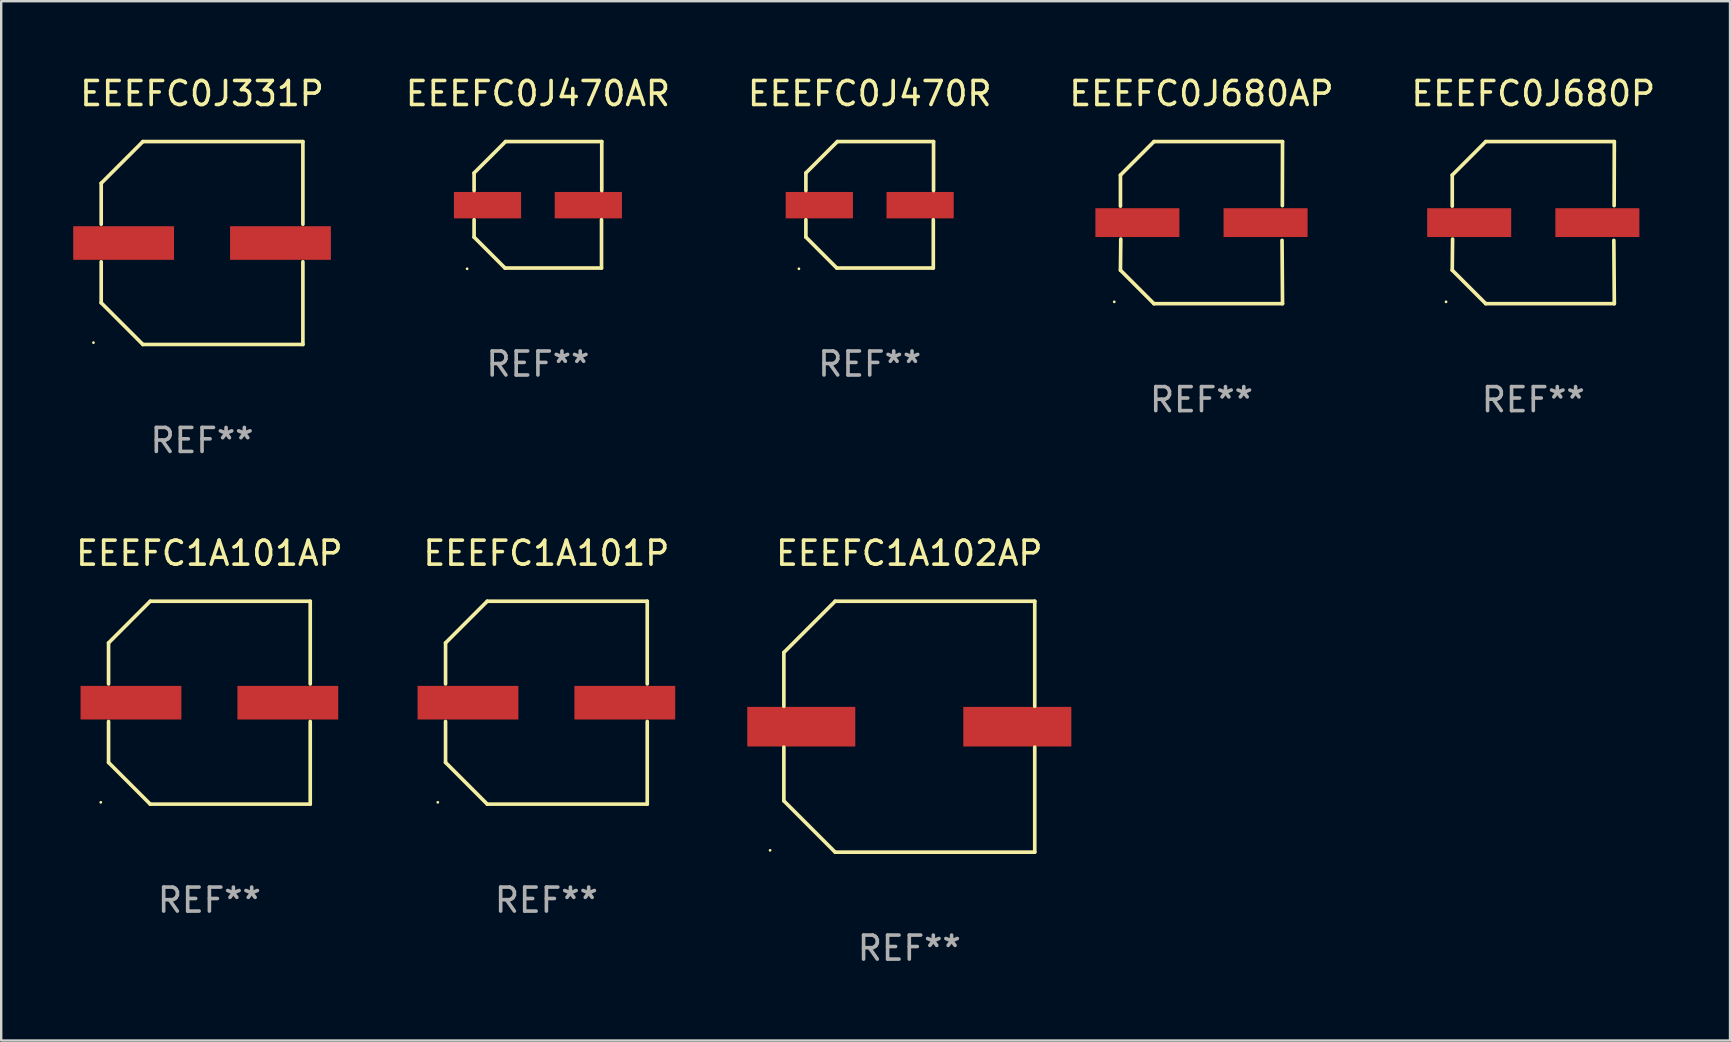
<source format=kicad_pcb>
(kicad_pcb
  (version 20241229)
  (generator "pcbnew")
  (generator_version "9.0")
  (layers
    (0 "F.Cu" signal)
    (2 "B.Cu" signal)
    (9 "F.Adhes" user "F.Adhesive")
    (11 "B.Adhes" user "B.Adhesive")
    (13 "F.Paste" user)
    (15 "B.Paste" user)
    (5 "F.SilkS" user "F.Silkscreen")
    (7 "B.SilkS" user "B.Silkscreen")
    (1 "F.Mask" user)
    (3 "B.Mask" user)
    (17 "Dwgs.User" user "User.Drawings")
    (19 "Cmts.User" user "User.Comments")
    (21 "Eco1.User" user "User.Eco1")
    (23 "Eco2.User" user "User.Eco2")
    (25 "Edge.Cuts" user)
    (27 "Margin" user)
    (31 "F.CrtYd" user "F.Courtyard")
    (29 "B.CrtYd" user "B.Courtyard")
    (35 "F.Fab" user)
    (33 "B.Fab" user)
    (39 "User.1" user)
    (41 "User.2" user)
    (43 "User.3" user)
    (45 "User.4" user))
  (footprint "EEEFC1A101P"
    (layer "F.Cu")
    (at 19.712 26.223)
    (property "Reference" "EEEFC1A101P" (at 0 -6.226 0) (layer "F.SilkS") (effects (font (size 1 1) (thickness 0.15))))
    (attr through_hole)
    (fp_line (start -4.201 -2.49) (end -4.201 -0.782) (stroke (width 0.152) (type solid)) (layer "F.SilkS"))
    (fp_line (start -4.201 2.49) (end -4.201 0.782) (stroke (width 0.152) (type solid)) (layer "F.SilkS"))
    (fp_line (start -2.465 -4.226) (end -4.201 -2.49) (stroke (width 0.152) (type solid)) (layer "F.SilkS"))
    (fp_line (start -2.465 4.226) (end -4.201 2.49) (stroke (width 0.152) (type solid)) (layer "F.SilkS"))
    (fp_line (start 4.201 -4.226) (end -2.465 -4.226) (stroke (width 0.152) (type solid)) (layer "F.SilkS"))
    (fp_line (start 4.201 -0.782) (end 4.201 -4.226) (stroke (width 0.152) (type solid)) (layer "F.SilkS"))
    (fp_line (start 4.201 0.782) (end 4.201 4.226) (stroke (width 0.152) (type solid)) (layer "F.SilkS"))
    (fp_line (start 4.201 4.226) (end -2.465 4.226) (stroke (width 0.152) (type solid)) (layer "F.SilkS"))
    (fp_circle (center -4.524 4.15) (end -4.494 4.15) (stroke (width 0.06) (type solid)) (fill no) (layer "F.SilkS"))
    (fp_text user "REF**" (at 0 8.226 0) (layer "F.Fab") (effects (font (size 1 1) (thickness 0.15))))
    (pad "1" smd rect (at -3.267 0) (size 4.2 1.4) (layers "F.Cu" "F.Mask" "F.Paste"))
    (pad "2" smd rect (at 3.267 0) (size 4.2 1.4) (layers "F.Cu" "F.Mask" "F.Paste")))
  (footprint "EEEFC0J680AP"
    (layer "F.Cu")
    (at 47.002 6.224)
    (property "Reference" "EEEFC0J680AP" (at 0 -5.376 0) (layer "F.SilkS") (effects (font (size 1 1) (thickness 0.15))))
    (attr through_hole)
    (fp_line (start -3.376 -1.98) (end -3.376 -0.686) (stroke (width 0.152) (type solid)) (layer "F.SilkS"))
    (fp_line (start -3.376 1.981) (end -3.362 0.686) (stroke (width 0.152) (type solid)) (layer "F.SilkS"))
    (fp_line (start -1.981 3.376) (end -3.376 1.981) (stroke (width 0.152) (type solid)) (layer "F.SilkS"))
    (fp_line (start -1.98 -3.376) (end -3.376 -1.98) (stroke (width 0.152) (type solid)) (layer "F.SilkS"))
    (fp_line (start 3.356 0.74) (end 3.376 3.376) (stroke (width 0.152) (type solid)) (layer "F.SilkS"))
    (fp_line (start 3.369 -0.707) (end 3.376 -3.376) (stroke (width 0.152) (type solid)) (layer "F.SilkS"))
    (fp_line (start 3.376 3.376) (end -1.981 3.376) (stroke (width 0.152) (type solid)) (layer "F.SilkS"))
    (fp_line (start 3.376 -3.376) (end -1.98 -3.376) (stroke (width 0.152) (type solid)) (layer "F.SilkS"))
    (fp_circle (center -3.634 3.3) (end -3.604 3.3) (stroke (width 0.06) (type solid)) (fill no) (layer "F.SilkS"))
    (fp_text user "REF**" (at 0 7.376 0) (layer "F.Fab") (effects (font (size 1 1) (thickness 0.15))))
    (pad "1" smd rect (at -2.67 0.000254) (size 3.5 1.2) (layers "F.Cu" "F.Mask" "F.Paste"))
    (pad "2" smd rect (at 2.67 0.000254) (size 3.5 1.2) (layers "F.Cu" "F.Mask" "F.Paste")))
  (footprint "EEEFC0J470R"
    (layer "F.Cu")
    (at 33.181 5.482)
    (property "Reference" "EEEFC0J470R" (at 0 -4.634 0) (layer "F.SilkS") (effects (font (size 1 1) (thickness 0.15))))
    (attr through_hole)
    (fp_line (start -2.659 -1.326) (end -2.659 -0.592) (stroke (width 0.152) (type solid)) (layer "F.SilkS"))
    (fp_line (start -2.659 1.346) (end -2.659 0.622) (stroke (width 0.152) (type solid)) (layer "F.SilkS"))
    (fp_line (start -1.372 2.634) (end -2.659 1.346) (stroke (width 0.152) (type solid)) (layer "F.SilkS"))
    (fp_line (start -1.349 -2.634) (end -2.659 -1.326) (stroke (width 0.152) (type solid)) (layer "F.SilkS"))
    (fp_line (start 2.649 0.622) (end 2.649 2.634) (stroke (width 0.152) (type solid)) (layer "F.SilkS"))
    (fp_line (start 2.649 2.634) (end -1.372 2.634) (stroke (width 0.152) (type solid)) (layer "F.SilkS"))
    (fp_line (start 2.659 -2.634) (end -1.349 -2.634) (stroke (width 0.152) (type solid)) (layer "F.SilkS"))
    (fp_line (start 2.659 -0.592) (end 2.659 -2.634) (stroke (width 0.152) (type solid)) (layer "F.SilkS"))
    (fp_circle (center -2.95 2.665) (end -2.92 2.665) (stroke (width 0.06) (type solid)) (fill no) (layer "F.SilkS"))
    (fp_text user "REF**" (at 0 6.634 0) (layer "F.Fab") (effects (font (size 1 1) (thickness 0.15))))
    (pad "1" smd rect (at -2.1 0.015) (size 2.8 1.1) (layers "F.Cu" "F.Mask" "F.Paste"))
    (pad "2" smd rect (at 2.1 0.015) (size 2.8 1.1) (layers "F.Cu" "F.Mask" "F.Paste")))
  (footprint "EEEFC1A102AP"
    (layer "F.Cu")
    (at 34.83 27.223)
    (property "Reference" "EEEFC1A102AP" (at 0 -7.226 0) (layer "F.SilkS") (effects (font (size 1 1) (thickness 0.15))))
    (attr through_hole)
    (fp_line (start -5.226 -3.09) (end -5.226 -0.852) (stroke (width 0.152) (type solid)) (layer "F.SilkS"))
    (fp_line (start -5.226 3.09) (end -5.226 0.852) (stroke (width 0.152) (type solid)) (layer "F.SilkS"))
    (fp_line (start -3.09 -5.226) (end -5.226 -3.09) (stroke (width 0.152) (type solid)) (layer "F.SilkS"))
    (fp_line (start -3.09 5.226) (end -5.226 3.09) (stroke (width 0.152) (type solid)) (layer "F.SilkS"))
    (fp_line (start 5.226 -5.226) (end -3.09 -5.226) (stroke (width 0.152) (type solid)) (layer "F.SilkS"))
    (fp_line (start 5.226 -0.852) (end 5.226 -5.226) (stroke (width 0.152) (type solid)) (layer "F.SilkS"))
    (fp_line (start 5.226 0.852) (end 5.226 5.226) (stroke (width 0.152) (type solid)) (layer "F.SilkS"))
    (fp_line (start 5.226 5.226) (end -3.09 5.226) (stroke (width 0.152) (type solid)) (layer "F.SilkS"))
    (fp_circle (center -5.8 5.15) (end -5.77 5.15) (stroke (width 0.06) (type solid)) (fill no) (layer "F.SilkS"))
    (fp_text user "REF**" (at 0 9.226 0) (layer "F.Fab") (effects (font (size 1 1) (thickness 0.15))))
    (pad "1" smd rect (at -4.5 0) (size 4.5 1.65) (layers "F.Cu" "F.Mask" "F.Paste"))
    (pad "2" smd rect (at 4.5 0) (size 4.5 1.65) (layers "F.Cu" "F.Mask" "F.Paste")))
  (footprint "EEEFC0J331P"
    (layer "F.Cu")
    (at 5.367 7.074)
    (property "Reference" "EEEFC0J331P" (at 0 -6.226 0) (layer "F.SilkS") (effects (font (size 1 1) (thickness 0.15))))
    (attr through_hole)
    (fp_line (start -4.201 -2.49) (end -4.201 -0.782) (stroke (width 0.152) (type solid)) (layer "F.SilkS"))
    (fp_line (start -4.201 2.49) (end -4.201 0.782) (stroke (width 0.152) (type solid)) (layer "F.SilkS"))
    (fp_line (start -2.465 -4.226) (end -4.201 -2.49) (stroke (width 0.152) (type solid)) (layer "F.SilkS"))
    (fp_line (start -2.465 4.226) (end -4.201 2.49) (stroke (width 0.152) (type solid)) (layer "F.SilkS"))
    (fp_line (start 4.201 -4.226) (end -2.465 -4.226) (stroke (width 0.152) (type solid)) (layer "F.SilkS"))
    (fp_line (start 4.201 -0.782) (end 4.201 -4.226) (stroke (width 0.152) (type solid)) (layer "F.SilkS"))
    (fp_line (start 4.201 0.782) (end 4.201 4.226) (stroke (width 0.152) (type solid)) (layer "F.SilkS"))
    (fp_line (start 4.201 4.226) (end -2.465 4.226) (stroke (width 0.152) (type solid)) (layer "F.SilkS"))
    (fp_circle (center -4.524 4.15) (end -4.494 4.15) (stroke (width 0.06) (type solid)) (fill no) (layer "F.SilkS"))
    (fp_text user "REF**" (at 0 8.226 0) (layer "F.Fab") (effects (font (size 1 1) (thickness 0.15))))
    (pad "1" smd rect (at -3.267 0) (size 4.2 1.4) (layers "F.Cu" "F.Mask" "F.Paste"))
    (pad "2" smd rect (at 3.267 0) (size 4.2 1.4) (layers "F.Cu" "F.Mask" "F.Paste")))
  (footprint "EEEFC0J470AR"
    (layer "F.Cu")
    (at 19.359 5.482)
    (property "Reference" "EEEFC0J470AR" (at 0 -4.634 0) (layer "F.SilkS") (effects (font (size 1 1) (thickness 0.15))))
    (attr through_hole)
    (fp_line (start -2.659 -1.326) (end -2.659 -0.592) (stroke (width 0.152) (type solid)) (layer "F.SilkS"))
    (fp_line (start -2.659 1.346) (end -2.659 0.622) (stroke (width 0.152) (type solid)) (layer "F.SilkS"))
    (fp_line (start -1.372 2.634) (end -2.659 1.346) (stroke (width 0.152) (type solid)) (layer "F.SilkS"))
    (fp_line (start -1.349 -2.634) (end -2.659 -1.326) (stroke (width 0.152) (type solid)) (layer "F.SilkS"))
    (fp_line (start 2.649 0.622) (end 2.649 2.634) (stroke (width 0.152) (type solid)) (layer "F.SilkS"))
    (fp_line (start 2.649 2.634) (end -1.372 2.634) (stroke (width 0.152) (type solid)) (layer "F.SilkS"))
    (fp_line (start 2.659 -2.634) (end -1.349 -2.634) (stroke (width 0.152) (type solid)) (layer "F.SilkS"))
    (fp_line (start 2.659 -0.592) (end 2.659 -2.634) (stroke (width 0.152) (type solid)) (layer "F.SilkS"))
    (fp_circle (center -2.95 2.665) (end -2.92 2.665) (stroke (width 0.06) (type solid)) (fill no) (layer "F.SilkS"))
    (fp_text user "REF**" (at 0 6.634 0) (layer "F.Fab") (effects (font (size 1 1) (thickness 0.15))))
    (pad "1" smd rect (at -2.1 0.015) (size 2.8 1.1) (layers "F.Cu" "F.Mask" "F.Paste"))
    (pad "2" smd rect (at 2.1 0.015) (size 2.8 1.1) (layers "F.Cu" "F.Mask" "F.Paste")))
  (footprint "EEEFC0J680P"
    (layer "F.Cu")
    (at 60.824 6.224)
    (property "Reference" "EEEFC0J680P" (at 0 -5.376 0) (layer "F.SilkS") (effects (font (size 1 1) (thickness 0.15))))
    (attr through_hole)
    (fp_line (start -3.376 -1.98) (end -3.376 -0.686) (stroke (width 0.152) (type solid)) (layer "F.SilkS"))
    (fp_line (start -3.376 1.981) (end -3.362 0.686) (stroke (width 0.152) (type solid)) (layer "F.SilkS"))
    (fp_line (start -1.981 3.376) (end -3.376 1.981) (stroke (width 0.152) (type solid)) (layer "F.SilkS"))
    (fp_line (start -1.98 -3.376) (end -3.376 -1.98) (stroke (width 0.152) (type solid)) (layer "F.SilkS"))
    (fp_line (start 3.356 0.74) (end 3.376 3.376) (stroke (width 0.152) (type solid)) (layer "F.SilkS"))
    (fp_line (start 3.369 -0.707) (end 3.376 -3.376) (stroke (width 0.152) (type solid)) (layer "F.SilkS"))
    (fp_line (start 3.376 3.376) (end -1.981 3.376) (stroke (width 0.152) (type solid)) (layer "F.SilkS"))
    (fp_line (start 3.376 -3.376) (end -1.98 -3.376) (stroke (width 0.152) (type solid)) (layer "F.SilkS"))
    (fp_circle (center -3.634 3.3) (end -3.604 3.3) (stroke (width 0.06) (type solid)) (fill no) (layer "F.SilkS"))
    (fp_text user "REF**" (at 0 7.376 0) (layer "F.Fab") (effects (font (size 1 1) (thickness 0.15))))
    (pad "1" smd rect (at -2.67 0.000254) (size 3.5 1.2) (layers "F.Cu" "F.Mask" "F.Paste"))
    (pad "2" smd rect (at 2.67 0.000254) (size 3.5 1.2) (layers "F.Cu" "F.Mask" "F.Paste")))
  (footprint "EEEFC1A101AP"
    (layer "F.Cu")
    (at 5.673 26.223)
    (property "Reference" "EEEFC1A101AP" (at 0 -6.226 0) (layer "F.SilkS") (effects (font (size 1 1) (thickness 0.15))))
    (attr through_hole)
    (fp_line (start -4.201 -2.49) (end -4.201 -0.782) (stroke (width 0.152) (type solid)) (layer "F.SilkS"))
    (fp_line (start -4.201 2.49) (end -4.201 0.782) (stroke (width 0.152) (type solid)) (layer "F.SilkS"))
    (fp_line (start -2.465 -4.226) (end -4.201 -2.49) (stroke (width 0.152) (type solid)) (layer "F.SilkS"))
    (fp_line (start -2.465 4.226) (end -4.201 2.49) (stroke (width 0.152) (type solid)) (layer "F.SilkS"))
    (fp_line (start 4.201 -4.226) (end -2.465 -4.226) (stroke (width 0.152) (type solid)) (layer "F.SilkS"))
    (fp_line (start 4.201 -0.782) (end 4.201 -4.226) (stroke (width 0.152) (type solid)) (layer "F.SilkS"))
    (fp_line (start 4.201 0.782) (end 4.201 4.226) (stroke (width 0.152) (type solid)) (layer "F.SilkS"))
    (fp_line (start 4.201 4.226) (end -2.465 4.226) (stroke (width 0.152) (type solid)) (layer "F.SilkS"))
    (fp_circle (center -4.524 4.15) (end -4.494 4.15) (stroke (width 0.06) (type solid)) (fill no) (layer "F.SilkS"))
    (fp_text user "REF**" (at 0 8.226 0) (layer "F.Fab") (effects (font (size 1 1) (thickness 0.15))))
    (pad "1" smd rect (at -3.267 0) (size 4.2 1.4) (layers "F.Cu" "F.Mask" "F.Paste"))
    (pad "2" smd rect (at 3.267 0) (size 4.2 1.4) (layers "F.Cu" "F.Mask" "F.Paste")))
  (gr_rect
    (start -3 -3)
    (end 69.02 40.298)
    (stroke (width 0.1) (type default))
    (fill no)
    (layer "Edge.Cuts")))
</source>
